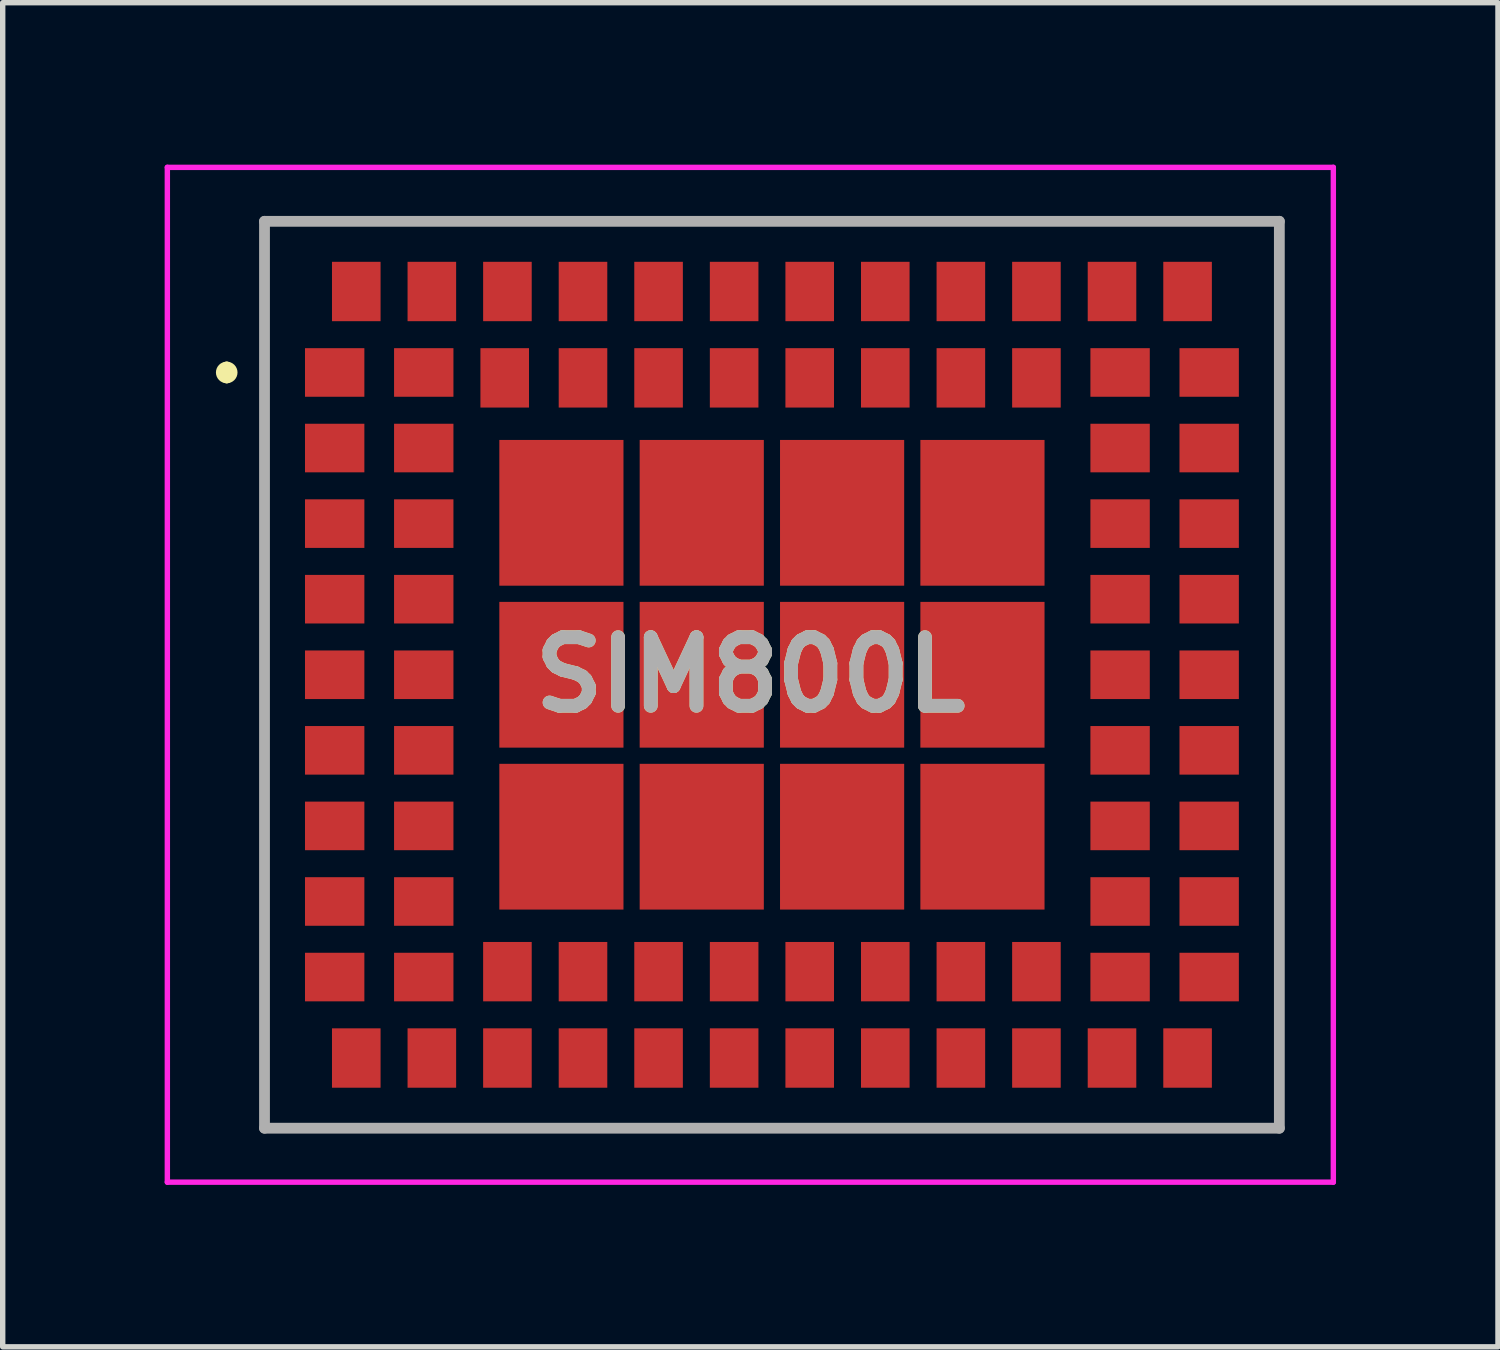
<source format=kicad_pcb>
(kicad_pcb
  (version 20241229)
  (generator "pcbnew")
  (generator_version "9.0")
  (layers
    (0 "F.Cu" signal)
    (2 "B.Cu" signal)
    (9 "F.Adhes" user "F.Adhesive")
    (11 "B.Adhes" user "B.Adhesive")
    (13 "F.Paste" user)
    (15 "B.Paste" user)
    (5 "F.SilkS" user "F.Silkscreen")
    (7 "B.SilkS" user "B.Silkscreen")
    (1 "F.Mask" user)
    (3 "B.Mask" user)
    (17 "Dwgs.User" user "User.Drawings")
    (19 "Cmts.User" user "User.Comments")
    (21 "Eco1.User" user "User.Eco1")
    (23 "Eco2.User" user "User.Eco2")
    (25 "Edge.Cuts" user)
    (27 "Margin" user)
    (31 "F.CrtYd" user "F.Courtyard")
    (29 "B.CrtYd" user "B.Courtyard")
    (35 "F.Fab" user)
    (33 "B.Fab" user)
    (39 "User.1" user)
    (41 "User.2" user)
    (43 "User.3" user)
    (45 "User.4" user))
  (footprint "SIM800L"
    (layer "F.Cu")
    (at 10.85 9.45)
    (property "Reference" "SIM800L" (at 0 0 0) (layer "F.SilkS") (effects (font (size 1.27 1.27) (thickness 0.254))))
    (attr smd)
    (fp_line (start -9.7 -5.7) (end -9.7 -5.7) (stroke (width 0.2) (type solid)) (layer "F.SilkS"))
    (fp_line (start -9.7 -5.5) (end -9.7 -5.5) (stroke (width 0.2) (type solid)) (layer "F.SilkS"))
    (fp_line (start -9 -8.4) (end 9.8 -8.4) (stroke (width 0.1) (type solid)) (layer "F.SilkS"))
    (fp_line (start -9 8.4) (end -9 -8.4) (stroke (width 0.1) (type solid)) (layer "F.SilkS"))
    (fp_line (start 9.8 -8.4) (end 9.8 8.4) (stroke (width 0.1) (type solid)) (layer "F.SilkS"))
    (fp_line (start 9.8 8.4) (end -9 8.4) (stroke (width 0.1) (type solid)) (layer "F.SilkS"))
    (fp_arc (start -9.7 -5.7) (mid -9.6 -5.6) (end -9.7 -5.5) (stroke (width 0.2) (type solid)) (layer "F.SilkS"))
    (fp_arc (start -9.7 -5.5) (mid -9.8 -5.6) (end -9.7 -5.7) (stroke (width 0.2) (type solid)) (layer "F.SilkS"))
    (fp_line (start -10.8 -9.4) (end 10.8 -9.4) (stroke (width 0.1) (type solid)) (layer "F.CrtYd"))
    (fp_line (start -10.8 9.4) (end -10.8 -9.4) (stroke (width 0.1) (type solid)) (layer "F.CrtYd"))
    (fp_line (start 10.8 -9.4) (end 10.8 9.4) (stroke (width 0.1) (type solid)) (layer "F.CrtYd"))
    (fp_line (start 10.8 9.4) (end -10.8 9.4) (stroke (width 0.1) (type solid)) (layer "F.CrtYd"))
    (fp_line (start -9 -8.4) (end 9.8 -8.4) (stroke (width 0.2) (type solid)) (layer "F.Fab"))
    (fp_line (start -9 8.4) (end -9 -8.4) (stroke (width 0.2) (type solid)) (layer "F.Fab"))
    (fp_line (start 9.8 -8.4) (end 9.8 8.4) (stroke (width 0.2) (type solid)) (layer "F.Fab"))
    (fp_line (start 9.8 8.4) (end -9 8.4) (stroke (width 0.2) (type solid)) (layer "F.Fab"))
    (fp_text user "${REFERENCE}" (at 0 0 0) (layer "F.Fab") (effects (font (size 1.27 1.27) (thickness 0.254))))
    (pad "1" smd rect (at -7.7 -5.6 90) (size 0.9 1.1) (layers "F.Cu" "F.Mask" "F.Paste"))
    (pad "2" smd rect (at -7.7 -4.2 90) (size 0.9 1.1) (layers "F.Cu" "F.Mask" "F.Paste"))
    (pad "3" smd rect (at -7.7 -2.8 90) (size 0.9 1.1) (layers "F.Cu" "F.Mask" "F.Paste"))
    (pad "4" smd rect (at -7.7 -1.4 90) (size 0.9 1.1) (layers "F.Cu" "F.Mask" "F.Paste"))
    (pad "5" smd rect (at -7.7 0 90) (size 0.9 1.1) (layers "F.Cu" "F.Mask" "F.Paste"))
    (pad "6" smd rect (at -7.7 1.4 90) (size 0.9 1.1) (layers "F.Cu" "F.Mask" "F.Paste"))
    (pad "7" smd rect (at -7.7 2.8 90) (size 0.9 1.1) (layers "F.Cu" "F.Mask" "F.Paste"))
    (pad "8" smd rect (at -7.7 4.2 90) (size 0.9 1.1) (layers "F.Cu" "F.Mask" "F.Paste"))
    (pad "9" smd rect (at -7.7 5.6 90) (size 0.9 1.1) (layers "F.Cu" "F.Mask" "F.Paste"))
    (pad "10" smd rect (at -7.3 7.1) (size 0.9 1.1) (layers "F.Cu" "F.Mask" "F.Paste"))
    (pad "11" smd rect (at -5.9 7.1) (size 0.9 1.1) (layers "F.Cu" "F.Mask" "F.Paste"))
    (pad "12" smd rect (at -4.5 7.1) (size 0.9 1.1) (layers "F.Cu" "F.Mask" "F.Paste"))
    (pad "13" smd rect (at -3.1 7.1) (size 0.9 1.1) (layers "F.Cu" "F.Mask" "F.Paste"))
    (pad "14" smd rect (at -1.7 7.1) (size 0.9 1.1) (layers "F.Cu" "F.Mask" "F.Paste"))
    (pad "15" smd rect (at -0.3 7.1) (size 0.9 1.1) (layers "F.Cu" "F.Mask" "F.Paste"))
    (pad "16" smd rect (at 1.1 7.1) (size 0.9 1.1) (layers "F.Cu" "F.Mask" "F.Paste"))
    (pad "17" smd rect (at 2.5 7.1) (size 0.9 1.1) (layers "F.Cu" "F.Mask" "F.Paste"))
    (pad "18" smd rect (at 3.9 7.1) (size 0.9 1.1) (layers "F.Cu" "F.Mask" "F.Paste"))
    (pad "19" smd rect (at 5.3 7.1) (size 0.9 1.1) (layers "F.Cu" "F.Mask" "F.Paste"))
    (pad "20" smd rect (at 6.7 7.1) (size 0.9 1.1) (layers "F.Cu" "F.Mask" "F.Paste"))
    (pad "21" smd rect (at 8.1 7.1) (size 0.9 1.1) (layers "F.Cu" "F.Mask" "F.Paste"))
    (pad "22" smd rect (at 8.5 5.6 90) (size 0.9 1.1) (layers "F.Cu" "F.Mask" "F.Paste"))
    (pad "23" smd rect (at 8.5 4.2 90) (size 0.9 1.1) (layers "F.Cu" "F.Mask" "F.Paste"))
    (pad "24" smd rect (at 8.5 2.8 90) (size 0.9 1.1) (layers "F.Cu" "F.Mask" "F.Paste"))
    (pad "25" smd rect (at 8.5 1.4 90) (size 0.9 1.1) (layers "F.Cu" "F.Mask" "F.Paste"))
    (pad "26" smd rect (at 8.5 0 90) (size 0.9 1.1) (layers "F.Cu" "F.Mask" "F.Paste"))
    (pad "27" smd rect (at 8.5 -1.4 90) (size 0.9 1.1) (layers "F.Cu" "F.Mask" "F.Paste"))
    (pad "28" smd rect (at 8.5 -2.8 90) (size 0.9 1.1) (layers "F.Cu" "F.Mask" "F.Paste"))
    (pad "29" smd rect (at 8.5 -4.2 90) (size 0.9 1.1) (layers "F.Cu" "F.Mask" "F.Paste"))
    (pad "30" smd rect (at 8.5 -5.6 90) (size 0.9 1.1) (layers "F.Cu" "F.Mask" "F.Paste"))
    (pad "31" smd rect (at 8.1 -7.1) (size 0.9 1.1) (layers "F.Cu" "F.Mask" "F.Paste"))
    (pad "32" smd rect (at 6.7 -7.1) (size 0.9 1.1) (layers "F.Cu" "F.Mask" "F.Paste"))
    (pad "33" smd rect (at 5.3 -7.1) (size 0.9 1.1) (layers "F.Cu" "F.Mask" "F.Paste"))
    (pad "34" smd rect (at 3.9 -7.1) (size 0.9 1.1) (layers "F.Cu" "F.Mask" "F.Paste"))
    (pad "35" smd rect (at 2.5 -7.1) (size 0.9 1.1) (layers "F.Cu" "F.Mask" "F.Paste"))
    (pad "36" smd rect (at 1.1 -7.1) (size 0.9 1.1) (layers "F.Cu" "F.Mask" "F.Paste"))
    (pad "37" smd rect (at -0.3 -7.1) (size 0.9 1.1) (layers "F.Cu" "F.Mask" "F.Paste"))
    (pad "38" smd rect (at -1.7 -7.1) (size 0.9 1.1) (layers "F.Cu" "F.Mask" "F.Paste"))
    (pad "39" smd rect (at -3.1 -7.1) (size 0.9 1.1) (layers "F.Cu" "F.Mask" "F.Paste"))
    (pad "40" smd rect (at -4.5 -7.1) (size 0.9 1.1) (layers "F.Cu" "F.Mask" "F.Paste"))
    (pad "41" smd rect (at -5.9 -7.1) (size 0.9 1.1) (layers "F.Cu" "F.Mask" "F.Paste"))
    (pad "42" smd rect (at -7.3 -7.1) (size 0.9 1.1) (layers "F.Cu" "F.Mask" "F.Paste"))
    (pad "43" smd rect (at -6.05 -5.6 90) (size 0.9 1.1) (layers "F.Cu" "F.Mask" "F.Paste"))
    (pad "44" smd rect (at -6.05 -4.2 90) (size 0.9 1.1) (layers "F.Cu" "F.Mask" "F.Paste"))
    (pad "45" smd rect (at -6.05 -2.8 90) (size 0.9 1.1) (layers "F.Cu" "F.Mask" "F.Paste"))
    (pad "46" smd rect (at -6.05 -1.4 90) (size 0.9 1.1) (layers "F.Cu" "F.Mask" "F.Paste"))
    (pad "47" smd rect (at -6.05 0 90) (size 0.9 1.1) (layers "F.Cu" "F.Mask" "F.Paste"))
    (pad "48" smd rect (at -6.05 1.4 90) (size 0.9 1.1) (layers "F.Cu" "F.Mask" "F.Paste"))
    (pad "49" smd rect (at -6.05 2.8 90) (size 0.9 1.1) (layers "F.Cu" "F.Mask" "F.Paste"))
    (pad "50" smd rect (at -6.05 4.2 90) (size 0.9 1.1) (layers "F.Cu" "F.Mask" "F.Paste"))
    (pad "51" smd rect (at -6.05 5.6 90) (size 0.9 1.1) (layers "F.Cu" "F.Mask" "F.Paste"))
    (pad "52" smd rect (at -4.5 5.5) (size 0.9 1.1) (layers "F.Cu" "F.Mask" "F.Paste"))
    (pad "53" smd rect (at -3.1 5.5) (size 0.9 1.1) (layers "F.Cu" "F.Mask" "F.Paste"))
    (pad "54" smd rect (at -1.7 5.5) (size 0.9 1.1) (layers "F.Cu" "F.Mask" "F.Paste"))
    (pad "55" smd rect (at -0.3 5.5) (size 0.9 1.1) (layers "F.Cu" "F.Mask" "F.Paste"))
    (pad "56" smd rect (at 1.1 5.5) (size 0.9 1.1) (layers "F.Cu" "F.Mask" "F.Paste"))
    (pad "57" smd rect (at 2.5 5.5) (size 0.9 1.1) (layers "F.Cu" "F.Mask" "F.Paste"))
    (pad "58" smd rect (at 3.9 5.5) (size 0.9 1.1) (layers "F.Cu" "F.Mask" "F.Paste"))
    (pad "59" smd rect (at 5.3 5.5) (size 0.9 1.1) (layers "F.Cu" "F.Mask" "F.Paste"))
    (pad "60" smd rect (at 6.85 5.6 90) (size 0.9 1.1) (layers "F.Cu" "F.Mask" "F.Paste"))
    (pad "61" smd rect (at 6.85 4.2 90) (size 0.9 1.1) (layers "F.Cu" "F.Mask" "F.Paste"))
    (pad "62" smd rect (at 6.85 2.8 90) (size 0.9 1.1) (layers "F.Cu" "F.Mask" "F.Paste"))
    (pad "63" smd rect (at 6.85 1.4 90) (size 0.9 1.1) (layers "F.Cu" "F.Mask" "F.Paste"))
    (pad "64" smd rect (at 6.85 0 90) (size 0.9 1.1) (layers "F.Cu" "F.Mask" "F.Paste"))
    (pad "65" smd rect (at 6.85 -1.4 90) (size 0.9 1.1) (layers "F.Cu" "F.Mask" "F.Paste"))
    (pad "66" smd rect (at 6.85 -2.8 90) (size 0.9 1.1) (layers "F.Cu" "F.Mask" "F.Paste"))
    (pad "67" smd rect (at 6.85 -4.2 90) (size 0.9 1.1) (layers "F.Cu" "F.Mask" "F.Paste"))
    (pad "68" smd rect (at 6.85 -5.6 90) (size 0.9 1.1) (layers "F.Cu" "F.Mask" "F.Paste"))
    (pad "69" smd rect (at 5.3 -5.5) (size 0.9 1.1) (layers "F.Cu" "F.Mask" "F.Paste"))
    (pad "70" smd rect (at 3.9 -5.5) (size 0.9 1.1) (layers "F.Cu" "F.Mask" "F.Paste"))
    (pad "71" smd rect (at 2.5 -5.5) (size 0.9 1.1) (layers "F.Cu" "F.Mask" "F.Paste"))
    (pad "72" smd rect (at 1.1 -5.5) (size 0.9 1.1) (layers "F.Cu" "F.Mask" "F.Paste"))
    (pad "73" smd rect (at -0.3 -5.5) (size 0.9 1.1) (layers "F.Cu" "F.Mask" "F.Paste"))
    (pad "74" smd rect (at -1.7 -5.5) (size 0.9 1.1) (layers "F.Cu" "F.Mask" "F.Paste"))
    (pad "75" smd rect (at -3.1 -5.5) (size 0.9 1.1) (layers "F.Cu" "F.Mask" "F.Paste"))
    (pad "76" smd rect (at -4.55 -5.5) (size 0.9 1.1) (layers "F.Cu" "F.Mask" "F.Paste"))
    (pad "77" smd rect (at -3.5 -3) (size 2.3 2.7) (layers "F.Cu" "F.Mask" "F.Paste"))
    (pad "78" smd rect (at -3.5 0) (size 2.3 2.7) (layers "F.Cu" "F.Mask" "F.Paste"))
    (pad "79" smd rect (at -3.5 3) (size 2.3 2.7) (layers "F.Cu" "F.Mask" "F.Paste"))
    (pad "80" smd rect (at -0.9 3) (size 2.3 2.7) (layers "F.Cu" "F.Mask" "F.Paste"))
    (pad "81" smd rect (at 1.7 3) (size 2.3 2.7) (layers "F.Cu" "F.Mask" "F.Paste"))
    (pad "82" smd rect (at 4.3 3) (size 2.3 2.7) (layers "F.Cu" "F.Mask" "F.Paste"))
    (pad "83" smd rect (at 4.3 0) (size 2.3 2.7) (layers "F.Cu" "F.Mask" "F.Paste"))
    (pad "84" smd rect (at 4.3 -3) (size 2.3 2.7) (layers "F.Cu" "F.Mask" "F.Paste"))
    (pad "85" smd rect (at 1.7 -3) (size 2.3 2.7) (layers "F.Cu" "F.Mask" "F.Paste"))
    (pad "86" smd rect (at -0.9 -3) (size 2.3 2.7) (layers "F.Cu" "F.Mask" "F.Paste"))
    (pad "87" smd rect (at -0.9 0) (size 2.3 2.7) (layers "F.Cu" "F.Mask" "F.Paste"))
    (pad "88" smd rect (at 1.7 0) (size 2.3 2.7) (layers "F.Cu" "F.Mask" "F.Paste")))
  (gr_rect
    (start -3 -3)
    (end 24.7 21.9)
    (stroke (width 0.1) (type default))
    (fill no)
    (layer "Edge.Cuts")))
</source>
